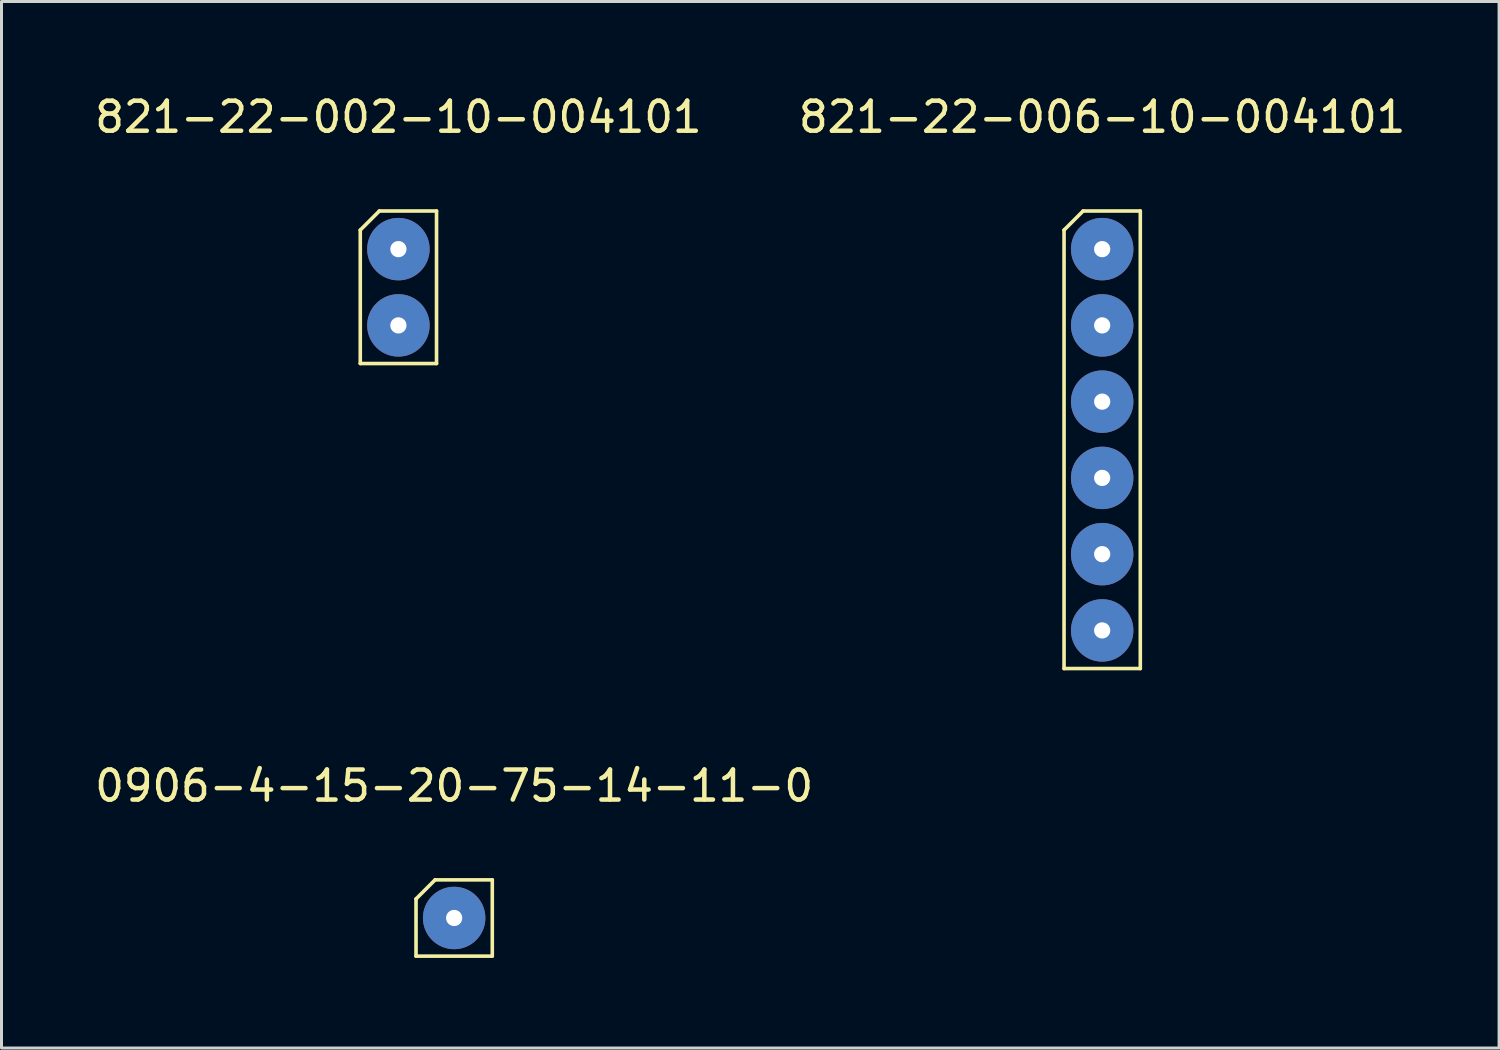
<source format=kicad_pcb>
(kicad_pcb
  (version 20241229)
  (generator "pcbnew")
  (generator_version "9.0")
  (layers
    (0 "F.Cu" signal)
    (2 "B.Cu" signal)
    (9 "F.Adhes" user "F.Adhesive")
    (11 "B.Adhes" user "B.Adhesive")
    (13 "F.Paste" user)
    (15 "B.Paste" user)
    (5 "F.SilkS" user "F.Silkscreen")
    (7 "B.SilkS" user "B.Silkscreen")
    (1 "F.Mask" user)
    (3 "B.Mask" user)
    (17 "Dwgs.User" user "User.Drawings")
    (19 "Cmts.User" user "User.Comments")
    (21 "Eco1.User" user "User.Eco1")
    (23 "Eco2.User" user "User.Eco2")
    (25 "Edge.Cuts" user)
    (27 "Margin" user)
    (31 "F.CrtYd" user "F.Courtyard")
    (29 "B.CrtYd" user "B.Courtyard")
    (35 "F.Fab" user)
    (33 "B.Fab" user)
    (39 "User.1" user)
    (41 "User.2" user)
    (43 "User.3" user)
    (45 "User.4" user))
  (footprint "821-22-006-10-004101"
    (layer "F.Cu")
    (at 33.661 5.248)
    (property "Reference" "821-22-006-10-004101" (at 0 -4.4 0) (unlocked yes) (layer "F.SilkS") (effects (font (size 1 1) (thickness 0.15))))
    (attr through_hole)
    (fp_line (start -1.27 -0.635) (end -1.27 13.97) (stroke (width 0.12) (type solid)) (layer "F.SilkS"))
    (fp_line (start -1.27 -0.635) (end -0.635 -1.27) (stroke (width 0.12) (type solid)) (layer "F.SilkS"))
    (fp_line (start -1.27 13.97) (end 1.27 13.97) (stroke (width 0.12) (type solid)) (layer "F.SilkS"))
    (fp_line (start 1.27 -1.27) (end -0.635 -1.27) (stroke (width 0.12) (type solid)) (layer "F.SilkS"))
    (fp_line (start 1.27 13.97) (end 1.27 -1.27) (stroke (width 0.12) (type solid)) (layer "F.SilkS"))
    (pad "1" thru_hole circle (at 0 0) (size 2.08 2.08) (drill 0.54) (layers "*.Cu" "*.Mask"))
    (pad "2" thru_hole circle (at 0 2.54) (size 2.08 2.08) (drill 0.54) (layers "*.Cu" "*.Mask"))
    (pad "3" thru_hole circle (at 0 5.08) (size 2.08 2.08) (drill 0.54) (layers "*.Cu" "*.Mask"))
    (pad "4" thru_hole circle (at 0 7.62) (size 2.08 2.08) (drill 0.54) (layers "*.Cu" "*.Mask"))
    (pad "5" thru_hole circle (at 0 10.16) (size 2.08 2.08) (drill 0.54) (layers "*.Cu" "*.Mask"))
    (pad "6" thru_hole circle (at 0 12.7) (size 2.08 2.08) (drill 0.54) (layers "*.Cu" "*.Mask")))
  (footprint "0906-4-15-20-75-14-11-0"
    (layer "F.Cu")
    (at 12.077 27.526)
    (property "Reference" "0906-4-15-20-75-14-11-0" (at 0 -4.4 0) (unlocked yes) (layer "F.SilkS") (effects (font (size 1 1) (thickness 0.15))))
    (attr through_hole)
    (fp_line (start -1.27 -0.635) (end -1.27 1.27) (stroke (width 0.12) (type solid)) (layer "F.SilkS"))
    (fp_line (start -1.27 -0.635) (end -0.635 -1.27) (stroke (width 0.12) (type solid)) (layer "F.SilkS"))
    (fp_line (start -1.27 1.27) (end 1.27 1.27) (stroke (width 0.12) (type solid)) (layer "F.SilkS"))
    (fp_line (start 1.27 -1.27) (end -0.635 -1.27) (stroke (width 0.12) (type solid)) (layer "F.SilkS"))
    (fp_line (start 1.27 1.27) (end 1.27 -1.27) (stroke (width 0.12) (type solid)) (layer "F.SilkS"))
    (pad "1" thru_hole circle (at 0 0) (size 2.08 2.08) (drill 0.54) (layers "*.Cu" "*.Mask")))
  (footprint "821-22-002-10-004101"
    (layer "F.Cu")
    (at 10.22 5.248)
    (property "Reference" "821-22-002-10-004101" (at 0 -4.4 0) (unlocked yes) (layer "F.SilkS") (effects (font (size 1 1) (thickness 0.15))))
    (attr through_hole)
    (fp_line (start -1.27 -0.635) (end -1.27 3.81) (stroke (width 0.12) (type solid)) (layer "F.SilkS"))
    (fp_line (start -1.27 -0.635) (end -0.635 -1.27) (stroke (width 0.12) (type solid)) (layer "F.SilkS"))
    (fp_line (start -1.27 3.81) (end 1.27 3.81) (stroke (width 0.12) (type solid)) (layer "F.SilkS"))
    (fp_line (start 1.27 -1.27) (end -0.635 -1.27) (stroke (width 0.12) (type solid)) (layer "F.SilkS"))
    (fp_line (start 1.27 3.81) (end 1.27 -1.27) (stroke (width 0.12) (type solid)) (layer "F.SilkS"))
    (pad "1" thru_hole circle (at 0 0) (size 2.08 2.08) (drill 0.54) (layers "*.Cu" "*.Mask"))
    (pad "2" thru_hole circle (at 0 2.54) (size 2.08 2.08) (drill 0.54) (layers "*.Cu" "*.Mask")))
  (gr_rect
    (start -3 -3)
    (end 46.881 31.857)
    (stroke (width 0.1) (type default))
    (fill no)
    (layer "Edge.Cuts")))
</source>
